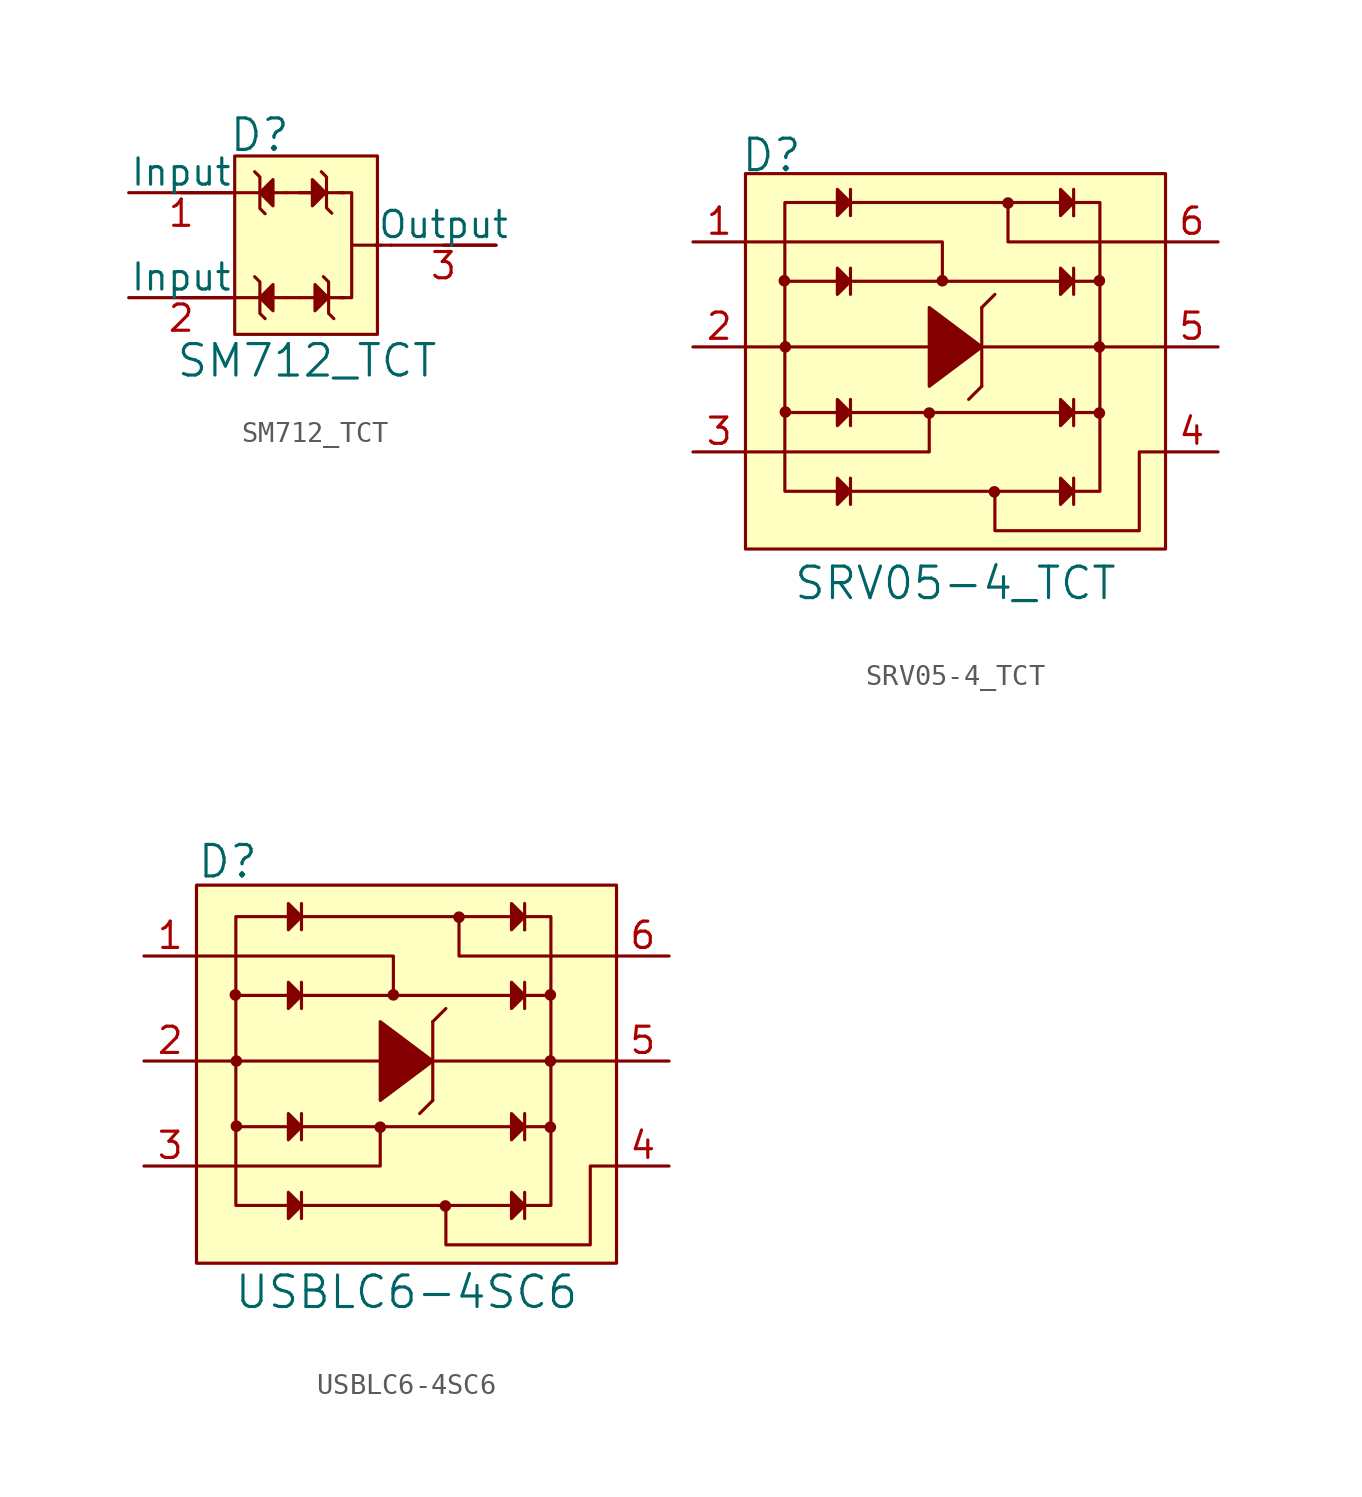
<source format=kicad_sym>
(kicad_symbol_lib
  (version 20231120)
  (generator "kicad_symbol_editor")
  (generator_version "8.0")
  (symbol "SM712_TCT"
    (pin_names
      (offset 0))
    (property "Reference" "D"
      (at -4.318 5.334 0)
      (effects (font (size 1.524 1.524)) (justify left)))
    (property "Value" "SM712_TCT"
      (at -0.508 -5.588 0)
      (effects (font (size 1.524 1.524))))
    (symbol "SM712_TCT_0_1"
      (rectangle (start -4.013 4.318) (end 2.896 -4.318) (stroke (width 0) (type solid)) (fill (type background)))
      (polyline (pts (xy -1.524 -2.54) (xy -6.604 -2.54)) (stroke (width 0) (type solid)) (fill (type none)))
      (polyline (pts (xy -1.524 2.54) (xy -6.604 2.54)) (stroke (width 0) (type solid)) (fill (type none)))
      (polyline (pts (xy -0.889 -2.54) (xy -1.524 -2.54)) (stroke (width 0) (type solid)) (fill (type none)))
      (polyline (pts (xy -0.889 -2.54) (xy 1.016 -2.54)) (stroke (width 0) (type solid)) (fill (type none)))
      (polyline (pts (xy -0.889 2.54) (xy 1.016 2.54)) (stroke (width 0) (type solid)) (fill (type none)))
      (polyline (pts (xy -0.254 2.54) (xy -1.524 2.54)) (stroke (width 0) (type solid)) (fill (type none)))
      (polyline (pts (xy 1.27 -2.54) (xy 1.016 -2.54)) (stroke (width 0) (type solid)) (fill (type none)))
      (polyline (pts (xy 1.27 2.54) (xy 1.016 2.54)) (stroke (width 0) (type solid)) (fill (type none)))
      (polyline (pts (xy 3.048 0) (xy 2.794 0)) (stroke (width 0) (type solid)) (fill (type none)))
      (polyline (pts (xy 3.556 0) (xy 3.048 0)) (stroke (width 0) (type solid)) (fill (type none)))
      (polyline (pts (xy 8.636 0) (xy 6.096 0)) (stroke (width 0) (type solid)) (fill (type none)))
      (polyline (pts (xy -2.794 -2.54) (xy -2.794 -3.302) (xy -2.54 -3.556)) (stroke (width 0) (type solid)) (fill (type none)))
      (polyline (pts (xy -2.794 -2.54) (xy -2.794 -1.778) (xy -3.048 -1.524)) (stroke (width 0) (type solid)) (fill (type none)))
      (polyline (pts (xy -2.794 2.54) (xy -2.794 1.778) (xy -2.54 1.524)) (stroke (width 0) (type solid)) (fill (type none)))
      (polyline (pts (xy -2.794 2.54) (xy -2.794 3.302) (xy -3.048 3.556)) (stroke (width 0) (type solid)) (fill (type none)))
      (polyline (pts (xy 0.432 2.54) (xy 0.432 3.302) (xy 0.178 3.556)) (stroke (width 0) (type solid)) (fill (type none)))
      (polyline (pts (xy 0.432 2.565) (xy 0.432 1.803) (xy 0.686 1.549)) (stroke (width 0) (type solid)) (fill (type none)))
      (polyline (pts (xy 0.533 -2.54) (xy 0.533 -3.302) (xy 0.787 -3.556)) (stroke (width 0) (type solid)) (fill (type none)))
      (polyline (pts (xy 0.533 -2.54) (xy 0.533 -1.778) (xy 0.279 -1.524)) (stroke (width 0) (type solid)) (fill (type none)))
      (polyline (pts (xy 1.143 2.54) (xy 1.651 2.54) (xy 1.651 0)) (stroke (width 0) (type solid)) (fill (type none)))
      (polyline (pts (xy -2.794 -2.54) (xy -2.159 -1.905) (xy -2.159 -3.175) (xy -2.794 -2.54)) (stroke (width 0) (type solid)) (fill (type outline)))
      (polyline (pts (xy -2.794 2.54) (xy -2.159 3.175) (xy -2.159 1.905) (xy -2.794 2.54)) (stroke (width 0) (type solid)) (fill (type outline)))
      (polyline (pts (xy -0.254 3.175) (xy -0.254 1.905) (xy 0.381 2.54) (xy -0.254 3.175)) (stroke (width 0) (type solid)) (fill (type outline)))
      (polyline (pts (xy 1.143 -2.54) (xy 1.651 -2.54) (xy 1.651 0) (xy 2.921 0)) (stroke (width 0) (type solid)) (fill (type none)))
      (polyline (pts (xy -0.127 -2.54) (xy -0.127 -1.905) (xy 0.508 -2.54) (xy -0.127 -3.175) (xy -0.127 -2.54)) (stroke (width 0) (type solid)) (fill (type outline))))
    (symbol "SM712_TCT_1_1"
      (pin input line (at -9.144 2.54 0) (length 5.08) (name "Input" (effects (font (size 1.27 1.27)))) (number "1" (effects (font (size 1.27 1.27)))))
      (pin input line (at -9.144 -2.54 0) (length 5.08) (name "Input" (effects (font (size 1.27 1.27)))) (number "2" (effects (font (size 1.27 1.27)))))
      (pin output line (at 8.636 0 180) (length 5.08) (name "Output" (effects (font (size 1.27 1.27)))) (number "3" (effects (font (size 1.27 1.27)))))))
  (symbol "SRV05-4_TCT"
    (pin_names
      (offset 1.016))
    (property "Reference" "D"
      (at -10.414 9.271 0)
      (effects (font (size 1.524 1.524)) (justify left)))
    (property "Value" "SRV05-4_TCT"
      (at 0 -11.43 0)
      (effects (font (size 1.524 1.524))))
    (symbol "SRV05-4_TCT_0_1"
      (rectangle (start -10.16 8.382) (end 10.16 -9.779) (stroke (width 0) (type solid)) (fill (type background)))
      (circle (center -8.28 3.2) (radius 0.203) (stroke (width 0) (type solid)) (fill (type outline)))
      (circle (center -8.23 -3.15) (radius 0.203) (stroke (width 0) (type solid)) (fill (type outline)))
      (circle (center -8.23 0) (radius 0.203) (stroke (width 0) (type solid)) (fill (type outline)))
      (circle (center -1.27 -3.2) (radius 0.203) (stroke (width 0) (type solid)) (fill (type outline)))
      (circle (center -0.635 3.2) (radius 0.203) (stroke (width 0) (type solid)) (fill (type outline)))
      (polyline (pts (xy -5.715 -3.175) (xy -8.255 -3.175)) (stroke (width 0) (type solid)) (fill (type none)))
      (polyline (pts (xy -5.715 3.175) (xy -8.255 3.175)) (stroke (width 0) (type solid)) (fill (type none)))
      (polyline (pts (xy -5.08 -6.985) (xy 5.08 -6.985)) (stroke (width 0) (type solid)) (fill (type none)))
      (polyline (pts (xy -5.08 -6.35) (xy -5.08 -7.62)) (stroke (width 0) (type solid)) (fill (type none)))
      (polyline (pts (xy -5.08 -3.175) (xy 5.08 -3.175)) (stroke (width 0) (type solid)) (fill (type none)))
      (polyline (pts (xy -5.08 -2.54) (xy -5.08 -3.81)) (stroke (width 0) (type solid)) (fill (type none)))
      (polyline (pts (xy -5.08 3.175) (xy 5.08 3.175)) (stroke (width 0) (type solid)) (fill (type none)))
      (polyline (pts (xy -5.08 3.81) (xy -5.08 2.54)) (stroke (width 0) (type solid)) (fill (type none)))
      (polyline (pts (xy -5.08 6.985) (xy 5.08 6.985)) (stroke (width 0) (type solid)) (fill (type none)))
      (polyline (pts (xy -5.08 7.62) (xy -5.08 6.35)) (stroke (width 0) (type solid)) (fill (type none)))
      (polyline (pts (xy 1.27 -1.905) (xy 0.635 -2.54)) (stroke (width 0) (type solid)) (fill (type none)))
      (polyline (pts (xy 1.27 1.905) (xy 1.27 -1.905)) (stroke (width 0) (type solid)) (fill (type none)))
      (polyline (pts (xy 1.27 1.905) (xy 1.905 2.54)) (stroke (width 0) (type solid)) (fill (type none)))
      (polyline (pts (xy 5.715 -6.35) (xy 5.715 -7.62)) (stroke (width 0) (type solid)) (fill (type none)))
      (polyline (pts (xy 5.715 -3.175) (xy 6.985 -3.175)) (stroke (width 0) (type solid)) (fill (type none)))
      (polyline (pts (xy 5.715 -2.54) (xy 5.715 -3.81)) (stroke (width 0) (type solid)) (fill (type none)))
      (polyline (pts (xy 5.715 3.175) (xy 6.985 3.175)) (stroke (width 0) (type solid)) (fill (type none)))
      (polyline (pts (xy 5.715 3.81) (xy 5.715 2.54)) (stroke (width 0) (type solid)) (fill (type none)))
      (polyline (pts (xy 5.715 6.35) (xy 5.715 6.35)) (stroke (width 0) (type solid)) (fill (type none)))
      (polyline (pts (xy 5.715 7.62) (xy 5.715 6.35)) (stroke (width 0) (type solid)) (fill (type none)))
      (polyline (pts (xy 6.985 0) (xy 1.27 0)) (stroke (width 0) (type solid)) (fill (type none)))
      (polyline (pts (xy 6.985 3.175) (xy 6.985 3.175)) (stroke (width 0) (type solid)) (fill (type none)))
      (polyline (pts (xy 10.16 0) (xy 6.985 0)) (stroke (width 0) (type solid)) (fill (type none)))
      (polyline (pts (xy -10.16 -5.08) (xy -1.27 -5.08) (xy -1.27 -3.175)) (stroke (width 0) (type solid)) (fill (type none)))
      (polyline (pts (xy -10.16 0) (xy -8.255 0) (xy -1.27 0)) (stroke (width 0) (type solid)) (fill (type none)))
      (polyline (pts (xy -10.16 5.08) (xy -0.635 5.08) (xy -0.635 3.175)) (stroke (width 0) (type solid)) (fill (type none)))
      (polyline (pts (xy 10.16 5.08) (xy 2.54 5.08) (xy 2.54 6.985)) (stroke (width 0) (type solid)) (fill (type none)))
      (polyline (pts (xy -5.715 -6.35) (xy -5.715 -7.62) (xy -5.08 -6.985) (xy -5.715 -6.35)) (stroke (width 0) (type solid)) (fill (type outline)))
      (polyline (pts (xy -5.715 -2.54) (xy -5.715 -3.81) (xy -5.08 -3.175) (xy -5.715 -2.54)) (stroke (width 0) (type solid)) (fill (type outline)))
      (polyline (pts (xy -5.715 3.81) (xy -5.715 2.54) (xy -5.08 3.175) (xy -5.715 3.81)) (stroke (width 0) (type solid)) (fill (type outline)))
      (polyline (pts (xy -5.715 6.985) (xy -8.255 6.985) (xy -8.255 -6.985) (xy -5.715 -6.985)) (stroke (width 0) (type solid)) (fill (type none)))
      (polyline (pts (xy -5.715 7.62) (xy -5.715 6.35) (xy -5.08 6.985) (xy -5.715 7.62)) (stroke (width 0) (type solid)) (fill (type outline)))
      (polyline (pts (xy -1.27 1.905) (xy -1.27 -1.905) (xy 1.27 0) (xy -1.27 1.905)) (stroke (width 0) (type solid)) (fill (type outline)))
      (polyline (pts (xy 5.08 -6.35) (xy 5.08 -7.62) (xy 5.715 -6.985) (xy 5.08 -6.35)) (stroke (width 0) (type solid)) (fill (type outline)))
      (polyline (pts (xy 5.08 -2.54) (xy 5.08 -3.81) (xy 5.715 -3.175) (xy 5.08 -2.54)) (stroke (width 0) (type solid)) (fill (type outline)))
      (polyline (pts (xy 5.08 3.81) (xy 5.08 2.54) (xy 5.715 3.175) (xy 5.08 3.81)) (stroke (width 0) (type solid)) (fill (type outline)))
      (polyline (pts (xy 5.08 7.62) (xy 5.08 6.35) (xy 5.715 6.985) (xy 5.08 7.62)) (stroke (width 0) (type solid)) (fill (type outline)))
      (polyline (pts (xy 5.715 6.985) (xy 6.985 6.985) (xy 6.985 -6.985) (xy 5.715 -6.985)) (stroke (width 0) (type solid)) (fill (type none)))
      (polyline (pts (xy 10.16 -5.08) (xy 8.89 -5.08) (xy 8.89 -8.89) (xy 1.905 -8.89) (xy 1.905 -6.985)) (stroke (width 0) (type solid)) (fill (type none)))
      (circle (center 1.88 -7.01) (radius 0.203) (stroke (width 0) (type solid)) (fill (type outline)))
      (circle (center 2.54 6.96) (radius 0.203) (stroke (width 0) (type solid)) (fill (type outline)))
      (circle (center 6.96 -3.2) (radius 0.203) (stroke (width 0) (type solid)) (fill (type outline)))
      (circle (center 6.96 0) (radius 0.203) (stroke (width 0) (type solid)) (fill (type outline)))
      (circle (center 6.96 3.2) (radius 0.203) (stroke (width 0) (type solid)) (fill (type outline))))
    (symbol "SRV05-4_TCT_1_1"
      (pin passive line (at -12.7 5.08 0) (length 2.54) (name "~" (effects (font (size 1.27 1.27)))) (number "1" (effects (font (size 1.27 1.27)))))
      (pin passive line (at -12.7 0 0) (length 2.54) (name "~" (effects (font (size 1.27 1.27)))) (number "2" (effects (font (size 1.27 1.27)))))
      (pin passive line (at -12.7 -5.08 0) (length 2.54) (name "~" (effects (font (size 1.27 1.27)))) (number "3" (effects (font (size 1.27 1.27)))))
      (pin passive line (at 12.7 -5.08 180) (length 2.54) (name "~" (effects (font (size 1.27 1.27)))) (number "4" (effects (font (size 1.27 1.27)))))
      (pin passive line (at 12.7 0 180) (length 2.54) (name "~" (effects (font (size 1.27 1.27)))) (number "5" (effects (font (size 1.27 1.27)))))
      (pin passive line (at 12.7 5.08 180) (length 2.54) (name "~" (effects (font (size 1.27 1.27)))) (number "6" (effects (font (size 1.27 1.27)))))))
  (symbol "USBLC6-4SC6"
    (pin_names
      (offset 1.016))
    (property "Reference" "D"
      (at -10.16 9.652 0)
      (effects (font (size 1.524 1.524)) (justify left)))
    (property "Value" "USBLC6-4SC6"
      (at 0 -11.176 0)
      (effects (font (size 1.524 1.524))))
    (symbol "USBLC6-4SC6_0_1"
      (rectangle (start -10.16 8.509) (end 10.16 -9.779) (stroke (width 0) (type solid)) (fill (type background)))
      (circle (center -8.28 3.2) (radius 0.203) (stroke (width 0) (type solid)) (fill (type outline)))
      (circle (center -8.23 -3.15) (radius 0.203) (stroke (width 0) (type solid)) (fill (type outline)))
      (circle (center -8.23 0) (radius 0.203) (stroke (width 0) (type solid)) (fill (type outline)))
      (circle (center -1.27 -3.2) (radius 0.203) (stroke (width 0) (type solid)) (fill (type outline)))
      (circle (center -0.635 3.2) (radius 0.203) (stroke (width 0) (type solid)) (fill (type outline)))
      (polyline (pts (xy -5.715 -3.175) (xy -8.255 -3.175)) (stroke (width 0) (type solid)) (fill (type none)))
      (polyline (pts (xy -5.715 3.175) (xy -8.255 3.175)) (stroke (width 0) (type solid)) (fill (type none)))
      (polyline (pts (xy -5.08 -6.985) (xy 5.08 -6.985)) (stroke (width 0) (type solid)) (fill (type none)))
      (polyline (pts (xy -5.08 -6.35) (xy -5.08 -7.62)) (stroke (width 0) (type solid)) (fill (type none)))
      (polyline (pts (xy -5.08 -3.175) (xy 5.08 -3.175)) (stroke (width 0) (type solid)) (fill (type none)))
      (polyline (pts (xy -5.08 -2.54) (xy -5.08 -3.81)) (stroke (width 0) (type solid)) (fill (type none)))
      (polyline (pts (xy -5.08 3.175) (xy 5.08 3.175)) (stroke (width 0) (type solid)) (fill (type none)))
      (polyline (pts (xy -5.08 3.81) (xy -5.08 2.54)) (stroke (width 0) (type solid)) (fill (type none)))
      (polyline (pts (xy -5.08 6.985) (xy 5.08 6.985)) (stroke (width 0) (type solid)) (fill (type none)))
      (polyline (pts (xy -5.08 7.62) (xy -5.08 6.35)) (stroke (width 0) (type solid)) (fill (type none)))
      (polyline (pts (xy 1.27 -1.905) (xy 0.635 -2.54)) (stroke (width 0) (type solid)) (fill (type none)))
      (polyline (pts (xy 1.27 1.905) (xy 1.27 -1.905)) (stroke (width 0) (type solid)) (fill (type none)))
      (polyline (pts (xy 1.27 1.905) (xy 1.905 2.54)) (stroke (width 0) (type solid)) (fill (type none)))
      (polyline (pts (xy 5.715 -6.35) (xy 5.715 -7.62)) (stroke (width 0) (type solid)) (fill (type none)))
      (polyline (pts (xy 5.715 -3.175) (xy 6.985 -3.175)) (stroke (width 0) (type solid)) (fill (type none)))
      (polyline (pts (xy 5.715 -2.54) (xy 5.715 -3.81)) (stroke (width 0) (type solid)) (fill (type none)))
      (polyline (pts (xy 5.715 3.175) (xy 6.985 3.175)) (stroke (width 0) (type solid)) (fill (type none)))
      (polyline (pts (xy 5.715 3.81) (xy 5.715 2.54)) (stroke (width 0) (type solid)) (fill (type none)))
      (polyline (pts (xy 5.715 6.35) (xy 5.715 6.35)) (stroke (width 0) (type solid)) (fill (type none)))
      (polyline (pts (xy 5.715 7.62) (xy 5.715 6.35)) (stroke (width 0) (type solid)) (fill (type none)))
      (polyline (pts (xy 6.985 0) (xy 1.27 0)) (stroke (width 0) (type solid)) (fill (type none)))
      (polyline (pts (xy 6.985 3.175) (xy 6.985 3.175)) (stroke (width 0) (type solid)) (fill (type none)))
      (polyline (pts (xy 10.16 0) (xy 6.985 0)) (stroke (width 0) (type solid)) (fill (type none)))
      (polyline (pts (xy -10.16 -5.08) (xy -1.27 -5.08) (xy -1.27 -3.175)) (stroke (width 0) (type solid)) (fill (type none)))
      (polyline (pts (xy -10.16 0) (xy -8.255 0) (xy -1.27 0)) (stroke (width 0) (type solid)) (fill (type none)))
      (polyline (pts (xy -10.16 5.08) (xy -0.635 5.08) (xy -0.635 3.175)) (stroke (width 0) (type solid)) (fill (type none)))
      (polyline (pts (xy 10.16 5.08) (xy 2.54 5.08) (xy 2.54 6.985)) (stroke (width 0) (type solid)) (fill (type none)))
      (polyline (pts (xy -5.715 -6.35) (xy -5.715 -7.62) (xy -5.08 -6.985) (xy -5.715 -6.35)) (stroke (width 0) (type solid)) (fill (type outline)))
      (polyline (pts (xy -5.715 -2.54) (xy -5.715 -3.81) (xy -5.08 -3.175) (xy -5.715 -2.54)) (stroke (width 0) (type solid)) (fill (type outline)))
      (polyline (pts (xy -5.715 3.81) (xy -5.715 2.54) (xy -5.08 3.175) (xy -5.715 3.81)) (stroke (width 0) (type solid)) (fill (type outline)))
      (polyline (pts (xy -5.715 7.62) (xy -5.715 6.35) (xy -5.08 6.985) (xy -5.715 7.62)) (stroke (width 0) (type solid)) (fill (type outline)))
      (polyline (pts (xy -1.27 1.905) (xy -1.27 -1.905) (xy 1.27 0) (xy -1.27 1.905)) (stroke (width 0) (type solid)) (fill (type outline)))
      (polyline (pts (xy 5.08 -6.35) (xy 5.08 -7.62) (xy 5.715 -6.985) (xy 5.08 -6.35)) (stroke (width 0) (type solid)) (fill (type outline)))
      (polyline (pts (xy 5.08 -2.54) (xy 5.08 -3.81) (xy 5.715 -3.175) (xy 5.08 -2.54)) (stroke (width 0) (type solid)) (fill (type outline)))
      (polyline (pts (xy 5.08 3.81) (xy 5.08 2.54) (xy 5.715 3.175) (xy 5.08 3.81)) (stroke (width 0) (type solid)) (fill (type outline)))
      (polyline (pts (xy 5.08 7.62) (xy 5.08 6.35) (xy 5.715 6.985) (xy 5.08 7.62)) (stroke (width 0) (type solid)) (fill (type outline)))
      (polyline (pts (xy 10.16 -5.08) (xy 8.89 -5.08) (xy 8.89 -8.89) (xy 1.905 -8.89) (xy 1.905 -6.985)) (stroke (width 0) (type solid)) (fill (type none)))
      (circle (center 1.88 -7.01) (radius 0.203) (stroke (width 0) (type solid)) (fill (type outline)))
      (circle (center 2.54 6.96) (radius 0.203) (stroke (width 0) (type solid)) (fill (type outline)))
      (circle (center 6.96 -3.2) (radius 0.203) (stroke (width 0) (type solid)) (fill (type outline)))
      (circle (center 6.96 0) (radius 0.203) (stroke (width 0) (type solid)) (fill (type outline)))
      (circle (center 6.96 3.2) (radius 0.203) (stroke (width 0) (type solid)) (fill (type outline))))
    (symbol "USBLC6-4SC6_1_1"
      (polyline (pts (xy -5.715 6.985) (xy -8.255 6.985) (xy -8.255 -6.985) (xy -5.715 -6.985)) (stroke (width 0) (type solid)) (fill (type none)))
      (polyline (pts (xy 5.715 -6.985) (xy 6.985 -6.985) (xy 6.985 6.985) (xy 5.715 6.985)) (stroke (width 0) (type solid)) (fill (type none)))
      (pin input line (at -12.7 5.08 0) (length 2.54) (name "~" (effects (font (size 1.27 1.27)))) (number "1" (effects (font (size 1.27 1.27)))))
      (pin power_in line (at -12.7 0 0) (length 2.54) (name "~" (effects (font (size 1.27 1.27)))) (number "2" (effects (font (size 1.27 1.27)))))
      (pin input line (at -12.7 -5.08 0) (length 2.54) (name "~" (effects (font (size 1.27 1.27)))) (number "3" (effects (font (size 1.27 1.27)))))
      (pin input line (at 12.7 -5.08 180) (length 2.54) (name "~" (effects (font (size 1.27 1.27)))) (number "4" (effects (font (size 1.27 1.27)))))
      (pin output line (at 12.7 0 180) (length 2.54) (name "~" (effects (font (size 1.27 1.27)))) (number "5" (effects (font (size 1.27 1.27)))))
      (pin input line (at 12.7 5.08 180) (length 2.54) (name "~" (effects (font (size 1.27 1.27)))) (number "6" (effects (font (size 1.27 1.27))))))))
</source>
